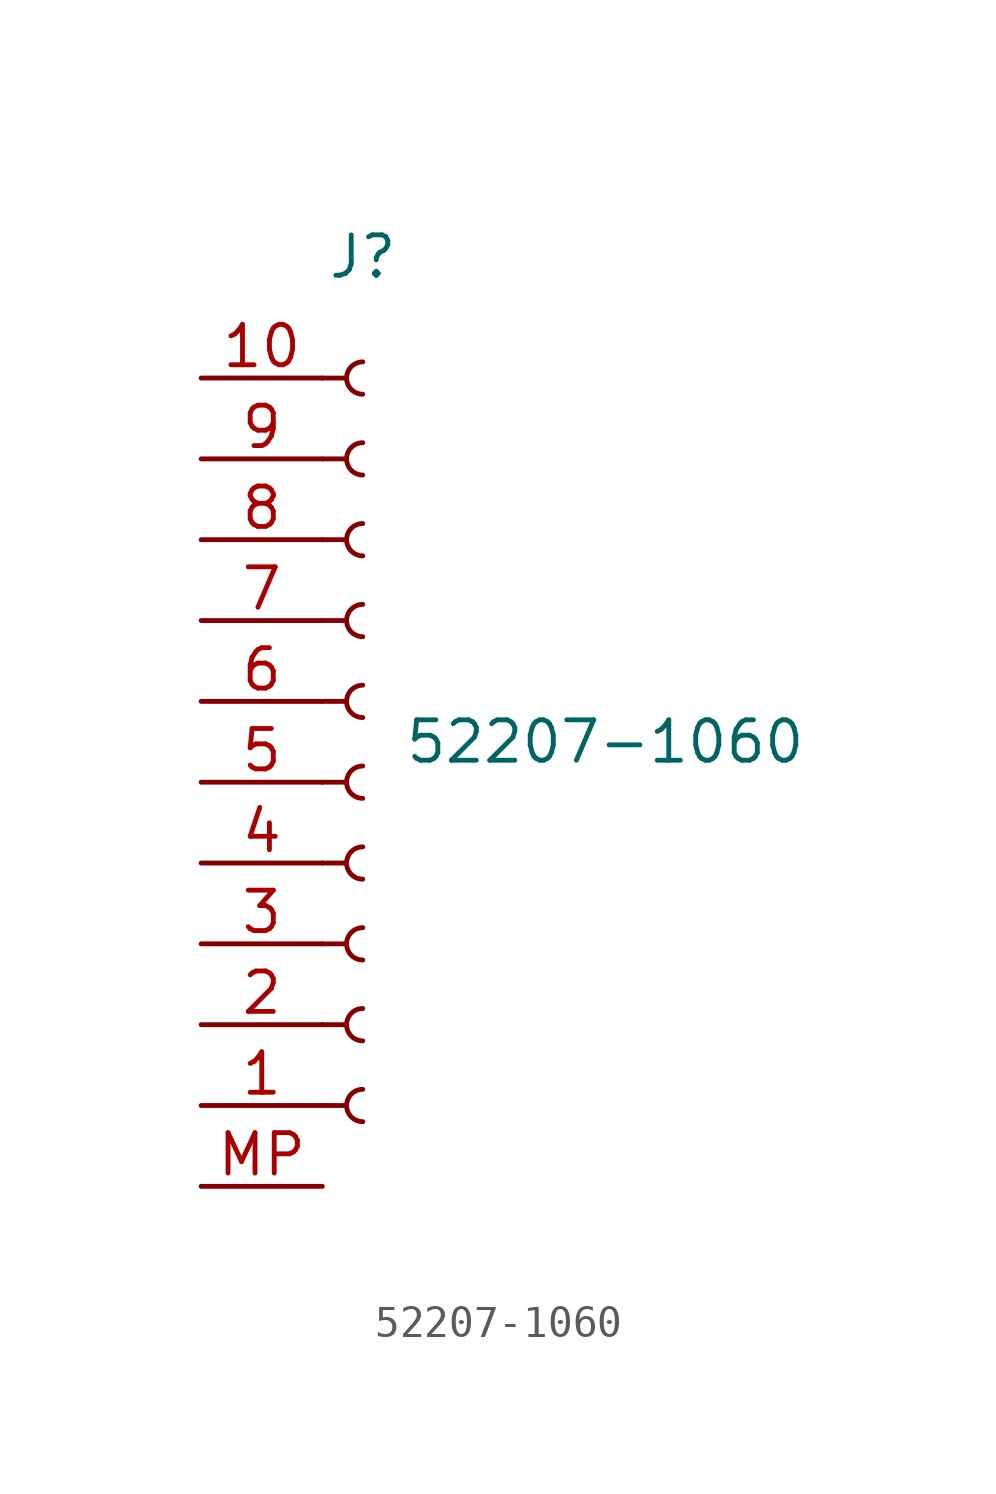
<source format=kicad_sym>
(kicad_symbol_lib
  (version 20211014)
  (generator kicad_symbol_editor)
  (symbol "52207-1060"
    (pin_names
      (offset 1.016) hide)
    (property "Reference" "J"
      (at 0 12.7 0)
      (effects (font (size 1.27 1.27))))
    (property "Value" "52207-1060"
      (at 7.62 -2.54 0)
      (effects (font (size 1.27 1.27))))
    (symbol "52207-1060_1_1"
      (arc (start 0 -13.462) (mid -0.508 -13.97) (end 0 -14.478) (stroke (width 0.1524) (type default) (color 0 0 0 0)) (fill (type none)))
      (arc (start 0 -10.922) (mid -0.508 -11.43) (end 0 -11.938) (stroke (width 0.1524) (type default) (color 0 0 0 0)) (fill (type none)))
      (arc (start 0 -8.382) (mid -0.508 -8.89) (end 0 -9.398) (stroke (width 0.1524) (type default) (color 0 0 0 0)) (fill (type none)))
      (arc (start 0 -5.842) (mid -0.508 -6.35) (end 0 -6.858) (stroke (width 0.1524) (type default) (color 0 0 0 0)) (fill (type none)))
      (arc (start 0 -3.302) (mid -0.508 -3.81) (end 0 -4.318) (stroke (width 0.1524) (type default) (color 0 0 0 0)) (fill (type none)))
      (arc (start 0 -0.762) (mid -0.508 -1.27) (end 0 -1.778) (stroke (width 0.1524) (type default) (color 0 0 0 0)) (fill (type none)))
      (polyline (pts (xy -1.27 -13.97) (xy -0.508 -13.97)) (stroke (width 0.152) (type default) (color 0 0 0 0)) (fill (type none)))
      (polyline (pts (xy -1.27 -11.43) (xy -0.508 -11.43)) (stroke (width 0.152) (type default) (color 0 0 0 0)) (fill (type none)))
      (polyline (pts (xy -1.27 -8.89) (xy -0.508 -8.89)) (stroke (width 0.152) (type default) (color 0 0 0 0)) (fill (type none)))
      (polyline (pts (xy -1.27 -6.35) (xy -0.508 -6.35)) (stroke (width 0.152) (type default) (color 0 0 0 0)) (fill (type none)))
      (polyline (pts (xy -1.27 -3.81) (xy -0.508 -3.81)) (stroke (width 0.152) (type default) (color 0 0 0 0)) (fill (type none)))
      (polyline (pts (xy -1.27 -1.27) (xy -0.508 -1.27)) (stroke (width 0.152) (type default) (color 0 0 0 0)) (fill (type none)))
      (polyline (pts (xy -1.27 1.27) (xy -0.508 1.27)) (stroke (width 0.152) (type default) (color 0 0 0 0)) (fill (type none)))
      (polyline (pts (xy -1.27 3.81) (xy -0.508 3.81)) (stroke (width 0.152) (type default) (color 0 0 0 0)) (fill (type none)))
      (polyline (pts (xy -1.27 6.35) (xy -0.508 6.35)) (stroke (width 0.152) (type default) (color 0 0 0 0)) (fill (type none)))
      (polyline (pts (xy -1.27 8.89) (xy -0.508 8.89)) (stroke (width 0.152) (type default) (color 0 0 0 0)) (fill (type none)))
      (arc (start 0 1.778) (mid -0.508 1.27) (end 0 0.762) (stroke (width 0.1524) (type default) (color 0 0 0 0)) (fill (type none)))
      (arc (start 0 4.318) (mid -0.508 3.81) (end 0 3.302) (stroke (width 0.1524) (type default) (color 0 0 0 0)) (fill (type none)))
      (arc (start 0 6.858) (mid -0.508 6.35) (end 0 5.842) (stroke (width 0.1524) (type default) (color 0 0 0 0)) (fill (type none)))
      (arc (start 0 9.398) (mid -0.508 8.89) (end 0 8.382) (stroke (width 0.1524) (type default) (color 0 0 0 0)) (fill (type none)))
      (pin passive line (at -5.08 -13.97 0) (length 3.81) (name "Pin_1" (effects (font (size 1.27 1.27)))) (number "1" (effects (font (size 1.27 1.27)))))
      (pin passive line (at -5.08 8.89 0) (length 3.81) (name "Pin_10" (effects (font (size 1.27 1.27)))) (number "10" (effects (font (size 1.27 1.27)))))
      (pin passive line (at -5.08 -11.43 0) (length 3.81) (name "Pin_2" (effects (font (size 1.27 1.27)))) (number "2" (effects (font (size 1.27 1.27)))))
      (pin passive line (at -5.08 -8.89 0) (length 3.81) (name "Pin_3" (effects (font (size 1.27 1.27)))) (number "3" (effects (font (size 1.27 1.27)))))
      (pin passive line (at -5.08 -6.35 0) (length 3.81) (name "Pin_4" (effects (font (size 1.27 1.27)))) (number "4" (effects (font (size 1.27 1.27)))))
      (pin passive line (at -5.08 -3.81 0) (length 3.81) (name "Pin_5" (effects (font (size 1.27 1.27)))) (number "5" (effects (font (size 1.27 1.27)))))
      (pin passive line (at -5.08 -1.27 0) (length 3.81) (name "Pin_6" (effects (font (size 1.27 1.27)))) (number "6" (effects (font (size 1.27 1.27)))))
      (pin passive line (at -5.08 1.27 0) (length 3.81) (name "Pin_7" (effects (font (size 1.27 1.27)))) (number "7" (effects (font (size 1.27 1.27)))))
      (pin passive line (at -5.08 3.81 0) (length 3.81) (name "Pin_8" (effects (font (size 1.27 1.27)))) (number "8" (effects (font (size 1.27 1.27)))))
      (pin passive line (at -5.08 6.35 0) (length 3.81) (name "Pin_9" (effects (font (size 1.27 1.27)))) (number "9" (effects (font (size 1.27 1.27)))))
      (pin passive line (at -5.08 -16.51 0) (length 3.81) (name "MP" (effects (font (size 1.27 1.27)))) (number "MP" (effects (font (size 1.27 1.27))))))))
</source>
